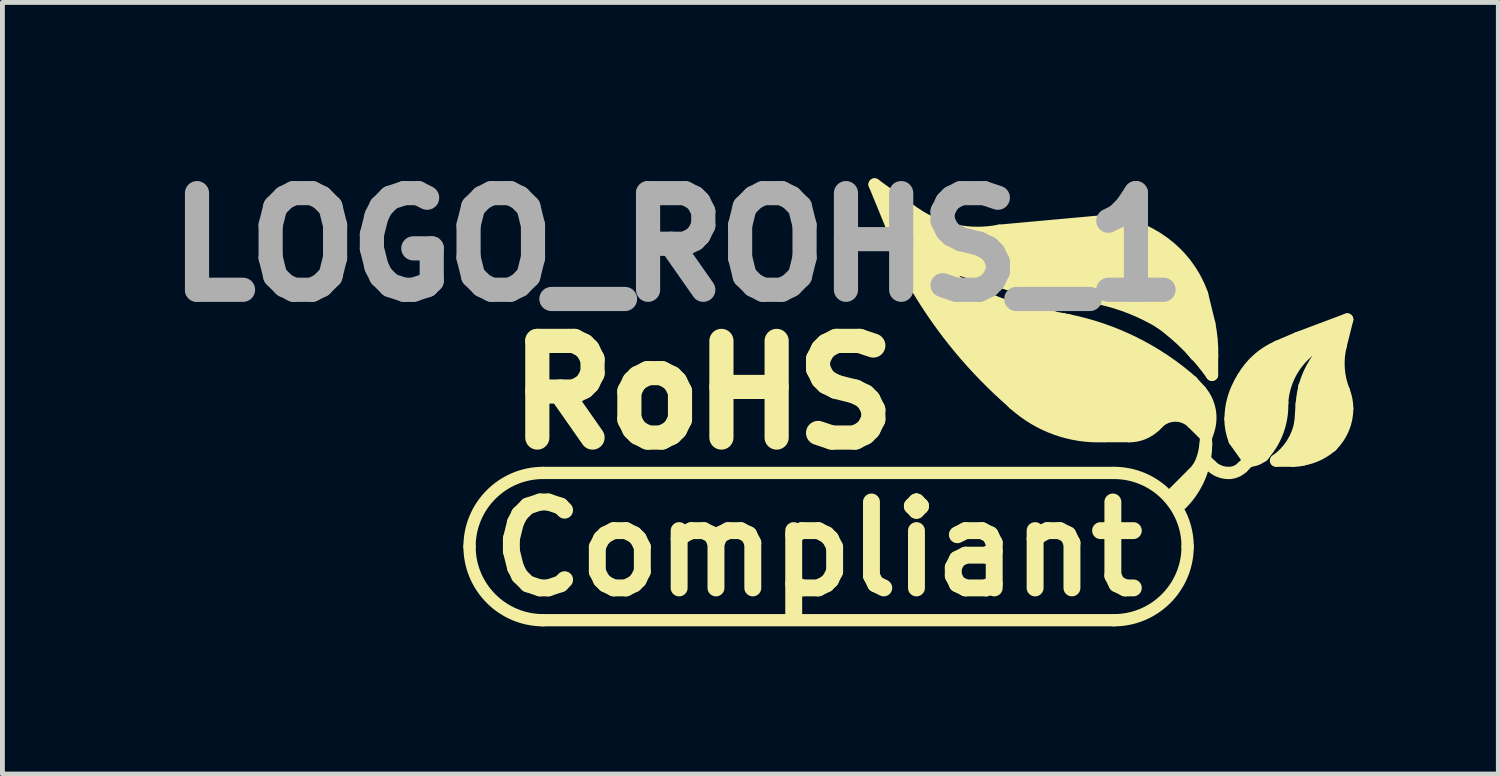
<source format=kicad_pcb>
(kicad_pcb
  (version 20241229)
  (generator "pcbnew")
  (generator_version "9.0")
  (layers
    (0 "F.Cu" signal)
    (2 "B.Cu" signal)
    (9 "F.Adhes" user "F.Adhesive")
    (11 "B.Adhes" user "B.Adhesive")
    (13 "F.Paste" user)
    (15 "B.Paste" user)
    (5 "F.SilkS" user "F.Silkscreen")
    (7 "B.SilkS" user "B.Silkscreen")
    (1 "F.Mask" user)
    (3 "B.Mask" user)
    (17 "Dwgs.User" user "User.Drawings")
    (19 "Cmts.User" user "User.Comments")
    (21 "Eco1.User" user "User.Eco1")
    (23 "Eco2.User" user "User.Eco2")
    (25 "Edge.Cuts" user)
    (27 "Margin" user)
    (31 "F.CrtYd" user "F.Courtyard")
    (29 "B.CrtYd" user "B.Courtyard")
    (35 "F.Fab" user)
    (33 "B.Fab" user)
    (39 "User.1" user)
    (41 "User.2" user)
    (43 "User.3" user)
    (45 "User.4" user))
  (footprint "LOGO_ROHS_1"
    (layer "F.Cu")
    (at 7.682 9.149)
    (property "Reference" "LOGO_ROHS_1" (at 3.297 -7.102 0) (layer "F.Fab") (effects (font (size 2 2) (thickness 0.5))))
    (attr through_hole)
    (fp_line (start 0.508 0.635) (end 12.319 0.635) (stroke (width 0.254) (type solid)) (layer "F.SilkS"))
    (fp_line (start 7.366 -8.382) (end 8.227 -7.762) (stroke (width 0.254) (type solid)) (layer "F.SilkS"))
    (fp_line (start 7.366 -8.382) (end 8.232 -6.266) (stroke (width 0.254) (type solid)) (layer "F.SilkS"))
    (fp_line (start 7.747 -7.874) (end 8.255 -6.985) (stroke (width 0.508) (type solid)) (layer "F.SilkS"))
    (fp_line (start 7.747 -7.874) (end 8.76 -7.236) (stroke (width 0.254) (type solid)) (layer "F.SilkS"))
    (fp_line (start 8.255 -6.985) (end 8.382 -6.477) (stroke (width 0.508) (type solid)) (layer "F.SilkS"))
    (fp_line (start 8.382 -6.477) (end 8.76 -5.969) (stroke (width 0.508) (type solid)) (layer "F.SilkS"))
    (fp_line (start 8.636 -6.985) (end 13.208 -6.985) (stroke (width 0.508) (type solid)) (layer "F.SilkS"))
    (fp_line (start 8.76 -7.236) (end 9.906 -7.236) (stroke (width 0.508) (type solid)) (layer "F.SilkS"))
    (fp_line (start 8.76 -6.731) (end 9.042 -6.383) (stroke (width 0.254) (type solid)) (layer "F.SilkS"))
    (fp_line (start 8.76 -6.35) (end 8.382 -7.236) (stroke (width 0.508) (type solid)) (layer "F.SilkS"))
    (fp_line (start 8.76 -5.969) (end 8.76 -6.35) (stroke (width 0.508) (type solid)) (layer "F.SilkS"))
    (fp_line (start 8.89 -5.842) (end 9.271 -5.334) (stroke (width 0.508) (type solid)) (layer "F.SilkS"))
    (fp_line (start 9.144 -6.858) (end 8.636 -6.985) (stroke (width 0.508) (type solid)) (layer "F.SilkS"))
    (fp_line (start 9.271 -5.715) (end 10.033 -5.08) (stroke (width 0.508) (type solid)) (layer "F.SilkS"))
    (fp_line (start 9.271 -5.334) (end 9.525 -4.953) (stroke (width 0.508) (type solid)) (layer "F.SilkS"))
    (fp_line (start 9.525 -4.953) (end 10.414 -4.064) (stroke (width 0.508) (type solid)) (layer "F.SilkS"))
    (fp_line (start 9.906 -7.236) (end 10.922 -7.366) (stroke (width 0.508) (type solid)) (layer "F.SilkS"))
    (fp_line (start 9.906 -5.715) (end 9.144 -6.096) (stroke (width 0.508) (type solid)) (layer "F.SilkS"))
    (fp_line (start 9.944 -7.424) (end 12.093 -7.62) (stroke (width 0.254) (type solid)) (layer "F.SilkS"))
    (fp_line (start 10.033 -5.08) (end 10.16 -5.207) (stroke (width 0.508) (type solid)) (layer "F.SilkS"))
    (fp_line (start 10.147 -6.317) (end 8.76 -6.731) (stroke (width 0.254) (type solid)) (layer "F.SilkS"))
    (fp_line (start 10.16 -5.207) (end 10.287 -5.207) (stroke (width 0.508) (type solid)) (layer "F.SilkS"))
    (fp_line (start 10.16 -4.699) (end 10.287 -4.826) (stroke (width 0.508) (type solid)) (layer "F.SilkS"))
    (fp_line (start 10.216 -3.879) (end 10.251 -3.843) (stroke (width 0.254) (type solid)) (layer "F.SilkS"))
    (fp_line (start 10.287 -5.207) (end 11.43 -5.08) (stroke (width 0.508) (type solid)) (layer "F.SilkS"))
    (fp_line (start 10.287 -4.826) (end 10.795 -4.826) (stroke (width 0.508) (type solid)) (layer "F.SilkS"))
    (fp_line (start 10.287 -4.572) (end 10.16 -4.699) (stroke (width 0.508) (type solid)) (layer "F.SilkS"))
    (fp_line (start 10.414 -6.477) (end 9.144 -6.858) (stroke (width 0.508) (type solid)) (layer "F.SilkS"))
    (fp_line (start 10.414 -4.064) (end 10.922 -3.683) (stroke (width 0.508) (type solid)) (layer "F.SilkS"))
    (fp_line (start 10.643 -5.461) (end 9.906 -5.715) (stroke (width 0.508) (type solid)) (layer "F.SilkS"))
    (fp_line (start 10.795 -4.826) (end 11.811 -4.572) (stroke (width 0.508) (type solid)) (layer "F.SilkS"))
    (fp_line (start 10.922 -7.366) (end 12.573 -7.366) (stroke (width 0.508) (type solid)) (layer "F.SilkS"))
    (fp_line (start 10.922 -4.064) (end 10.287 -4.572) (stroke (width 0.508) (type solid)) (layer "F.SilkS"))
    (fp_line (start 10.922 -3.683) (end 11.811 -3.429) (stroke (width 0.508) (type solid)) (layer "F.SilkS"))
    (fp_line (start 11.069 -5.631) (end 11.379 -5.57) (stroke (width 0.254) (type solid)) (layer "F.SilkS"))
    (fp_line (start 11.252 -5.461) (end 10.643 -5.461) (stroke (width 0.508) (type solid)) (layer "F.SilkS"))
    (fp_line (start 11.43 -5.08) (end 12.446 -4.826) (stroke (width 0.508) (type solid)) (layer "F.SilkS"))
    (fp_line (start 11.43 -3.937) (end 10.922 -4.064) (stroke (width 0.508) (type solid)) (layer "F.SilkS"))
    (fp_line (start 11.557 -6.35) (end 10.414 -6.477) (stroke (width 0.508) (type solid)) (layer "F.SilkS"))
    (fp_line (start 11.684 -6.35) (end 11.557 -6.35) (stroke (width 0.508) (type solid)) (layer "F.SilkS"))
    (fp_line (start 11.811 -4.572) (end 12.065 -4.572) (stroke (width 0.508) (type solid)) (layer "F.SilkS"))
    (fp_line (start 11.811 -3.81) (end 11.43 -3.937) (stroke (width 0.508) (type solid)) (layer "F.SilkS"))
    (fp_line (start 11.811 -3.429) (end 12.7 -3.429) (stroke (width 0.508) (type solid)) (layer "F.SilkS"))
    (fp_line (start 12.014 -6.027) (end 11.496 -6.101) (stroke (width 0.254) (type solid)) (layer "F.SilkS"))
    (fp_line (start 12.065 -4.572) (end 12.573 -4.318) (stroke (width 0.508) (type solid)) (layer "F.SilkS"))
    (fp_line (start 12.065 -4.191) (end 10.795 -4.445) (stroke (width 0.508) (type solid)) (layer "F.SilkS"))
    (fp_line (start 12.121 -3.175) (end 12.636 -3.175) (stroke (width 0.254) (type solid)) (layer "F.SilkS"))
    (fp_line (start 12.192 -6.35) (end 11.684 -6.35) (stroke (width 0.508) (type solid)) (layer "F.SilkS"))
    (fp_line (start 12.319 -2.413) (end 0.508 -2.413) (stroke (width 0.254) (type solid)) (layer "F.SilkS"))
    (fp_line (start 12.446 -4.826) (end 13.081 -4.318) (stroke (width 0.508) (type solid)) (layer "F.SilkS"))
    (fp_line (start 12.446 -4.064) (end 12.065 -4.191) (stroke (width 0.508) (type solid)) (layer "F.SilkS"))
    (fp_line (start 12.446 -3.81) (end 11.811 -3.81) (stroke (width 0.508) (type solid)) (layer "F.SilkS"))
    (fp_line (start 12.573 -7.366) (end 13.208 -6.985) (stroke (width 0.508) (type solid)) (layer "F.SilkS"))
    (fp_line (start 12.573 -4.318) (end 12.573 -4.191) (stroke (width 0.508) (type solid)) (layer "F.SilkS"))
    (fp_line (start 12.573 -4.191) (end 12.446 -4.064) (stroke (width 0.508) (type solid)) (layer "F.SilkS"))
    (fp_line (start 12.649 -4.978) (end 11.252 -5.461) (stroke (width 0.508) (type solid)) (layer "F.SilkS"))
    (fp_line (start 12.7 -3.429) (end 13.462 -3.937) (stroke (width 0.508) (type solid)) (layer "F.SilkS"))
    (fp_line (start 12.827 -5.969) (end 12.192 -6.35) (stroke (width 0.508) (type solid)) (layer "F.SilkS"))
    (fp_line (start 12.827 -3.937) (end 12.446 -3.81) (stroke (width 0.508) (type solid)) (layer "F.SilkS"))
    (fp_line (start 12.954 -5.969) (end 13.208 -6.477) (stroke (width 0.508) (type solid)) (layer "F.SilkS"))
    (fp_line (start 13.081 -4.318) (end 13.208 -4.191) (stroke (width 0.508) (type solid)) (layer "F.SilkS"))
    (fp_line (start 13.081 -3.937) (end 12.827 -3.937) (stroke (width 0.508) (type solid)) (layer "F.SilkS"))
    (fp_line (start 13.175 -3.396) (end 13.228 -3.449) (stroke (width 0.254) (type solid)) (layer "F.SilkS"))
    (fp_line (start 13.208 -6.985) (end 13.208 -6.731) (stroke (width 0.508) (type solid)) (layer "F.SilkS"))
    (fp_line (start 13.208 -6.985) (end 13.716 -6.477) (stroke (width 0.508) (type solid)) (layer "F.SilkS"))
    (fp_line (start 13.208 -6.731) (end 8.255 -6.807) (stroke (width 0.508) (type solid)) (layer "F.SilkS"))
    (fp_line (start 13.208 -6.477) (end 13.208 -6.731) (stroke (width 0.508) (type solid)) (layer "F.SilkS"))
    (fp_line (start 13.208 -6.477) (end 13.589 -5.969) (stroke (width 0.508) (type solid)) (layer "F.SilkS"))
    (fp_line (start 13.208 -4.191) (end 13.081 -3.937) (stroke (width 0.508) (type solid)) (layer "F.SilkS"))
    (fp_line (start 13.289 -5.519) (end 13.282 -5.524) (stroke (width 0.254) (type solid)) (layer "F.SilkS"))
    (fp_line (start 13.335 -6.35) (end 11.684 -6.35) (stroke (width 0.508) (type solid)) (layer "F.SilkS"))
    (fp_line (start 13.335 -4.572) (end 12.649 -4.978) (stroke (width 0.508) (type solid)) (layer "F.SilkS"))
    (fp_line (start 13.462 -3.937) (end 13.843 -3.81) (stroke (width 0.508) (type solid)) (layer "F.SilkS"))
    (fp_line (start 13.462 -1.905) (end 13.952 -2.395) (stroke (width 0.254) (type solid)) (layer "F.SilkS"))
    (fp_line (start 13.589 -5.588) (end 12.954 -5.969) (stroke (width 0.508) (type solid)) (layer "F.SilkS"))
    (fp_line (start 13.589 -1.905) (end 13.774 -2.09) (stroke (width 0.254) (type solid)) (layer "F.SilkS"))
    (fp_line (start 13.589 -1.778) (end 14.097 -2.54) (stroke (width 0.254) (type solid)) (layer "F.SilkS"))
    (fp_line (start 13.716 -6.477) (end 13.97 -5.969) (stroke (width 0.508) (type solid)) (layer "F.SilkS"))
    (fp_line (start 13.843 -4.064) (end 13.335 -4.572) (stroke (width 0.508) (type solid)) (layer "F.SilkS"))
    (fp_line (start 13.843 -3.81) (end 14.097 -3.556) (stroke (width 0.508) (type solid)) (layer "F.SilkS"))
    (fp_line (start 13.934 -4.3) (end 14.105 -4.112) (stroke (width 0.254) (type solid)) (layer "F.SilkS"))
    (fp_line (start 13.947 -3.449) (end 14.224 -3.175) (stroke (width 0.254) (type solid)) (layer "F.SilkS"))
    (fp_line (start 13.97 -5.969) (end 14.097 -4.953) (stroke (width 0.508) (type solid)) (layer "F.SilkS"))
    (fp_line (start 14.097 -4.953) (end 13.589 -5.588) (stroke (width 0.508) (type solid)) (layer "F.SilkS"))
    (fp_line (start 14.097 -3.556) (end 13.843 -4.064) (stroke (width 0.508) (type solid)) (layer "F.SilkS"))
    (fp_line (start 14.143 -6.104) (end 14.29 -5.504) (stroke (width 0.254) (type solid)) (layer "F.SilkS"))
    (fp_line (start 14.224 -3.002) (end 14.224 -3.048) (stroke (width 0.254) (type solid)) (layer "F.SilkS"))
    (fp_line (start 14.224 -2.667) (end 14.328 -2.56) (stroke (width 0.254) (type solid)) (layer "F.SilkS"))
    (fp_line (start 14.247 -3.221) (end 14.224 -3.175) (stroke (width 0.254) (type solid)) (layer "F.SilkS"))
    (fp_line (start 14.348 -4.826) (end 14.348 -4.445) (stroke (width 0.254) (type solid)) (layer "F.SilkS"))
    (fp_line (start 14.348 -4.445) (end 14.346 -4.448) (stroke (width 0.254) (type solid)) (layer "F.SilkS"))
    (fp_line (start 14.859 -3.683) (end 14.986 -3.683) (stroke (width 0.254) (type solid)) (layer "F.SilkS"))
    (fp_line (start 14.859 -3.429) (end 14.859 -3.683) (stroke (width 0.254) (type solid)) (layer "F.SilkS"))
    (fp_line (start 14.859 -3.429) (end 15.621 -3.429) (stroke (width 0.254) (type solid)) (layer "F.SilkS"))
    (fp_line (start 14.859 -3.406) (end 14.859 -3.429) (stroke (width 0.254) (type solid)) (layer "F.SilkS"))
    (fp_line (start 14.859 -3.302) (end 15.621 -3.302) (stroke (width 0.254) (type solid)) (layer "F.SilkS"))
    (fp_line (start 14.933 -4.288) (end 14.986 -4.381) (stroke (width 0.254) (type solid)) (layer "F.SilkS"))
    (fp_line (start 14.978 -2.532) (end 15.113 -2.667) (stroke (width 0.254) (type solid)) (layer "F.SilkS"))
    (fp_line (start 14.986 -3.683) (end 14.986 -3.556) (stroke (width 0.254) (type solid)) (layer "F.SilkS"))
    (fp_line (start 14.986 -3.683) (end 15.113 -3.683) (stroke (width 0.254) (type solid)) (layer "F.SilkS"))
    (fp_line (start 14.986 -3.556) (end 14.986 -3.175) (stroke (width 0.254) (type solid)) (layer "F.SilkS"))
    (fp_line (start 14.986 -3.556) (end 15.621 -3.556) (stroke (width 0.254) (type solid)) (layer "F.SilkS"))
    (fp_line (start 14.986 -3.175) (end 14.986 -3.048) (stroke (width 0.254) (type solid)) (layer "F.SilkS"))
    (fp_line (start 14.986 -3.175) (end 15.621 -3.175) (stroke (width 0.254) (type solid)) (layer "F.SilkS"))
    (fp_line (start 14.986 -3.048) (end 14.986 -2.921) (stroke (width 0.254) (type solid)) (layer "F.SilkS"))
    (fp_line (start 14.986 -3.048) (end 15.494 -3.048) (stroke (width 0.254) (type solid)) (layer "F.SilkS"))
    (fp_line (start 15.113 -3.683) (end 15.113 -3.048) (stroke (width 0.254) (type solid)) (layer "F.SilkS"))
    (fp_line (start 15.113 -3.683) (end 15.494 -3.683) (stroke (width 0.254) (type solid)) (layer "F.SilkS"))
    (fp_line (start 15.113 -2.667) (end 14.816 -3.086) (stroke (width 0.254) (type solid)) (layer "F.SilkS"))
    (fp_line (start 15.126 -2.667) (end 15.113 -2.667) (stroke (width 0.254) (type solid)) (layer "F.SilkS"))
    (fp_line (start 15.415 -2.791) (end 15.387 -2.764) (stroke (width 0.254) (type solid)) (layer "F.SilkS"))
    (fp_line (start 15.494 -3.683) (end 15.494 -3.175) (stroke (width 0.254) (type solid)) (layer "F.SilkS"))
    (fp_line (start 15.494 -3.683) (end 15.748 -3.683) (stroke (width 0.254) (type solid)) (layer "F.SilkS"))
    (fp_line (start 15.707 -5.027) (end 16.129 -5.207) (stroke (width 0.254) (type solid)) (layer "F.SilkS"))
    (fp_line (start 15.748 -4.191) (end 14.986 -4.191) (stroke (width 0.254) (type solid)) (layer "F.SilkS"))
    (fp_line (start 15.748 -4.064) (end 14.986 -4.064) (stroke (width 0.254) (type solid)) (layer "F.SilkS"))
    (fp_line (start 15.748 -3.937) (end 14.859 -3.937) (stroke (width 0.254) (type solid)) (layer "F.SilkS"))
    (fp_line (start 15.748 -3.81) (end 14.859 -3.81) (stroke (width 0.254) (type solid)) (layer "F.SilkS"))
    (fp_line (start 15.748 -3.683) (end 15.24 -2.794) (stroke (width 0.254) (type solid)) (layer "F.SilkS"))
    (fp_line (start 15.799 -3.861) (end 15.799 -3.868) (stroke (width 0.254) (type solid)) (layer "F.SilkS"))
    (fp_line (start 15.875 -4.445) (end 15.113 -4.445) (stroke (width 0.254) (type solid)) (layer "F.SilkS"))
    (fp_line (start 15.875 -4.318) (end 14.986 -4.318) (stroke (width 0.254) (type solid)) (layer "F.SilkS"))
    (fp_line (start 15.875 -2.794) (end 16.383 -2.794) (stroke (width 0.254) (type solid)) (layer "F.SilkS"))
    (fp_line (start 16.002 -4.699) (end 15.367 -4.699) (stroke (width 0.254) (type solid)) (layer "F.SilkS"))
    (fp_line (start 16.002 -4.572) (end 15.24 -4.572) (stroke (width 0.254) (type solid)) (layer "F.SilkS"))
    (fp_line (start 16.002 -2.921) (end 16.637 -2.921) (stroke (width 0.254) (type solid)) (layer "F.SilkS"))
    (fp_line (start 16.027 -2.667) (end 15.672 -2.667) (stroke (width 0.254) (type solid)) (layer "F.SilkS"))
    (fp_line (start 16.129 -5.207) (end 17.145 -5.588) (stroke (width 0.254) (type solid)) (layer "F.SilkS"))
    (fp_line (start 16.129 -5.08) (end 16.891 -5.08) (stroke (width 0.254) (type solid)) (layer "F.SilkS"))
    (fp_line (start 16.129 -4.826) (end 15.621 -4.826) (stroke (width 0.254) (type solid)) (layer "F.SilkS"))
    (fp_line (start 16.129 -3.175) (end 16.891 -3.175) (stroke (width 0.254) (type solid)) (layer "F.SilkS"))
    (fp_line (start 16.129 -3.048) (end 16.764 -3.048) (stroke (width 0.254) (type solid)) (layer "F.SilkS"))
    (fp_line (start 16.18 -3.302) (end 17.018 -3.302) (stroke (width 0.254) (type solid)) (layer "F.SilkS"))
    (fp_line (start 16.205 -3.858) (end 16.18 -3.467) (stroke (width 0.254) (type solid)) (layer "F.SilkS"))
    (fp_line (start 16.256 -4.191) (end 16.891 -4.191) (stroke (width 0.254) (type solid)) (layer "F.SilkS"))
    (fp_line (start 16.256 -4.064) (end 17.018 -4.064) (stroke (width 0.254) (type solid)) (layer "F.SilkS"))
    (fp_line (start 16.256 -3.937) (end 17.018 -3.937) (stroke (width 0.254) (type solid)) (layer "F.SilkS"))
    (fp_line (start 16.256 -3.81) (end 17.018 -3.81) (stroke (width 0.254) (type solid)) (layer "F.SilkS"))
    (fp_line (start 16.256 -3.683) (end 17.018 -3.683) (stroke (width 0.254) (type solid)) (layer "F.SilkS"))
    (fp_line (start 16.256 -3.556) (end 17.018 -3.556) (stroke (width 0.254) (type solid)) (layer "F.SilkS"))
    (fp_line (start 16.256 -3.429) (end 17.018 -3.429) (stroke (width 0.254) (type solid)) (layer "F.SilkS"))
    (fp_line (start 16.383 -5.207) (end 17.018 -5.207) (stroke (width 0.254) (type solid)) (layer "F.SilkS"))
    (fp_line (start 16.383 -4.445) (end 16.891 -4.445) (stroke (width 0.254) (type solid)) (layer "F.SilkS"))
    (fp_line (start 16.383 -4.318) (end 16.891 -4.318) (stroke (width 0.254) (type solid)) (layer "F.SilkS"))
    (fp_line (start 16.51 -5.334) (end 17.018 -5.334) (stroke (width 0.254) (type solid)) (layer "F.SilkS"))
    (fp_line (start 16.637 -4.953) (end 15.748 -4.953) (stroke (width 0.254) (type solid)) (layer "F.SilkS"))
    (fp_line (start 16.637 -4.953) (end 16.637 -4.445) (stroke (width 0.254) (type solid)) (layer "F.SilkS"))
    (fp_line (start 16.764 -4.953) (end 16.637 -4.953) (stroke (width 0.254) (type solid)) (layer "F.SilkS"))
    (fp_line (start 16.764 -4.953) (end 16.764 -4.445) (stroke (width 0.254) (type solid)) (layer "F.SilkS"))
    (fp_line (start 16.83 -2.987) (end 16.807 -2.964) (stroke (width 0.254) (type solid)) (layer "F.SilkS"))
    (fp_line (start 16.891 -4.953) (end 16.764 -4.953) (stroke (width 0.254) (type solid)) (layer "F.SilkS"))
    (fp_line (start 17.145 -5.588) (end 17.01 -5.05) (stroke (width 0.254) (type solid)) (layer "F.SilkS"))
    (fp_arc (start -1.016 -0.889) (mid -0.569631 -1.966631) (end 0.508 -2.413) (stroke (width 0.254) (type solid)) (layer "F.SilkS"))
    (fp_arc (start 0.508 0.635) (mid -0.569631 0.188631) (end -1.016 -0.889) (stroke (width 0.254) (type solid)) (layer "F.SilkS"))
    (fp_arc (start 9.9441 -7.42442) (mid 9.052753 -7.423876) (end 8.229048 -7.764478) (stroke (width 0.254) (type solid)) (layer "F.SilkS"))
    (fp_arc (start 10.21588 -3.87858) (mid 9.129383 -4.989859) (end 8.234536 -6.260553) (stroke (width 0.254) (type solid)) (layer "F.SilkS"))
    (fp_arc (start 11.06932 -5.63118) (mid 10.012995 -5.890287) (end 9.042459 -6.381222) (stroke (width 0.254) (type solid)) (layer "F.SilkS"))
    (fp_arc (start 11.3792 -5.57022) (mid 12.73964 -5.103107) (end 13.933527 -4.300844) (stroke (width 0.254) (type solid)) (layer "F.SilkS"))
    (fp_arc (start 11.49604 -6.10108) (mid 10.819744 -6.177293) (end 10.153621 -6.316813) (stroke (width 0.254) (type solid)) (layer "F.SilkS"))
    (fp_arc (start 12.0142 -6.02742) (mid 12.666713 -5.829467) (end 13.27787 -5.527066) (stroke (width 0.254) (type solid)) (layer "F.SilkS"))
    (fp_arc (start 12.09294 -7.62) (mid 13.349685 -7.17762) (end 14.143264 -6.107415) (stroke (width 0.254) (type solid)) (layer "F.SilkS"))
    (fp_arc (start 12.12088 -3.175) (mid 11.121888 -3.32285) (end 10.255067 -3.840987) (stroke (width 0.254) (type solid)) (layer "F.SilkS"))
    (fp_arc (start 12.319 -2.413) (mid 13.396631 -1.966631) (end 13.843 -0.889) (stroke (width 0.254) (type solid)) (layer "F.SilkS"))
    (fp_arc (start 13.17498 -3.39598) (mid 12.927923 -3.230902) (end 12.6365 -3.172934) (stroke (width 0.254) (type solid)) (layer "F.SilkS"))
    (fp_arc (start 13.22832 -3.44932) (mid 13.587204 -3.599462) (end 13.94714 -3.45186) (stroke (width 0.254) (type solid)) (layer "F.SilkS"))
    (fp_arc (start 13.28928 -5.51942) (mid 13.859872 -5.026772) (end 14.344359 -4.449235) (stroke (width 0.254) (type solid)) (layer "F.SilkS"))
    (fp_arc (start 13.843 -0.889) (mid 13.396631 0.188631) (end 12.319 0.635) (stroke (width 0.254) (type solid)) (layer "F.SilkS"))
    (fp_arc (start 14.10462 -4.11226) (mid 14.306677 -3.661802) (end 14.224846 -3.174931) (stroke (width 0.254) (type solid)) (layer "F.SilkS"))
    (fp_arc (start 14.224 -3.175) (mid 14.108191 -2.587709) (end 13.776451 -2.089441) (stroke (width 0.254) (type solid)) (layer "F.SilkS"))
    (fp_arc (start 14.224 -3.048) (mid 14.154787 -2.694965) (end 13.955743 -2.395289) (stroke (width 0.254) (type solid)) (layer "F.SilkS"))
    (fp_arc (start 14.224 -3.00228) (mid 14.092523 -2.339792) (end 13.718022 -1.77772) (stroke (width 0.254) (type solid)) (layer "F.SilkS"))
    (fp_arc (start 14.29004 -5.50418) (mid 14.339077 -5.167151) (end 14.35024 -4.826757) (stroke (width 0.254) (type solid)) (layer "F.SilkS"))
    (fp_arc (start 14.68628 -2.413) (mid 14.492849 -2.451476) (end 14.328866 -2.561046) (stroke (width 0.254) (type solid)) (layer "F.SilkS"))
    (fp_arc (start 14.732 -3.5306) (mid 14.782901 -3.921185) (end 14.932206 -4.285679) (stroke (width 0.254) (type solid)) (layer "F.SilkS"))
    (fp_arc (start 14.81582 -3.0861) (mid 14.751793 -3.304012) (end 14.730126 -3.530099) (stroke (width 0.254) (type solid)) (layer "F.SilkS"))
    (fp_arc (start 14.97838 -2.53238) (mid 14.844363 -2.442833) (end 14.68628 -2.411388) (stroke (width 0.254) (type solid)) (layer "F.SilkS"))
    (fp_arc (start 14.986 -4.3815) (mid 15.29456 -4.762287) (end 15.708 -5.025489) (stroke (width 0.254) (type solid)) (layer "F.SilkS"))
    (fp_arc (start 15.113 -2.794) (mid 14.92563 -3.074154) (end 14.859445 -3.404629) (stroke (width 0.254) (type solid)) (layer "F.SilkS"))
    (fp_arc (start 15.41526 -2.79146) (mid 15.275764 -2.698164) (end 15.111212 -2.665208) (stroke (width 0.254) (type solid)) (layer "F.SilkS"))
    (fp_arc (start 15.7988 -3.86842) (mid 15.949811 -4.434562) (end 16.30598 -4.89982) (stroke (width 0.254) (type solid)) (layer "F.SilkS"))
    (fp_arc (start 15.7988 -3.8608) (mid 15.702818 -3.271586) (end 15.38866 -2.763954) (stroke (width 0.254) (type solid)) (layer "F.SilkS"))
    (fp_arc (start 16.1798 -3.4671) (mid 16.007869 -3.019303) (end 15.67766 -2.671387) (stroke (width 0.254) (type solid)) (layer "F.SilkS"))
    (fp_arc (start 16.2052 -3.81508) (mid 16.306613 -4.337513) (end 16.559205 -4.805934) (stroke (width 0.254) (type solid)) (layer "F.SilkS"))
    (fp_arc (start 16.22552 -2.68986) (mid 16.126535 -2.671679) (end 16.026073 -2.665697) (stroke (width 0.254) (type solid)) (layer "F.SilkS"))
    (fp_arc (start 16.80718 -2.96418) (mid 16.535901 -2.788047) (end 16.227503 -2.690547) (stroke (width 0.254) (type solid)) (layer "F.SilkS"))
    (fp_arc (start 17.07388 -4.11226) (mid 16.96827 -4.57452) (end 17.009851 -5.046864) (stroke (width 0.254) (type solid)) (layer "F.SilkS"))
    (fp_arc (start 17.07388 -4.11226) (mid 17.126889 -3.931266) (end 17.144717 -3.743513) (stroke (width 0.254) (type solid)) (layer "F.SilkS"))
    (fp_arc (start 17.145 -3.74396) (mid 17.063408 -3.333769) (end 16.831054 -2.986026) (stroke (width 0.254) (type solid)) (layer "F.SilkS"))
    (fp_text user "RoHS" (at 3.815 -4.044 0) (layer "F.SilkS") (effects (font (size 2 2) (thickness 0.5))))
    (fp_text user "Compliant" (at 6.2 -0.838 0) (layer "F.SilkS") (effects (font (size 1.778 1.778) (thickness 0.35)))))
  (gr_rect
    (start -3 -3)
    (end 27.954 12.966)
    (stroke (width 0.1) (type default))
    (fill no)
    (layer "Edge.Cuts")))
</source>
